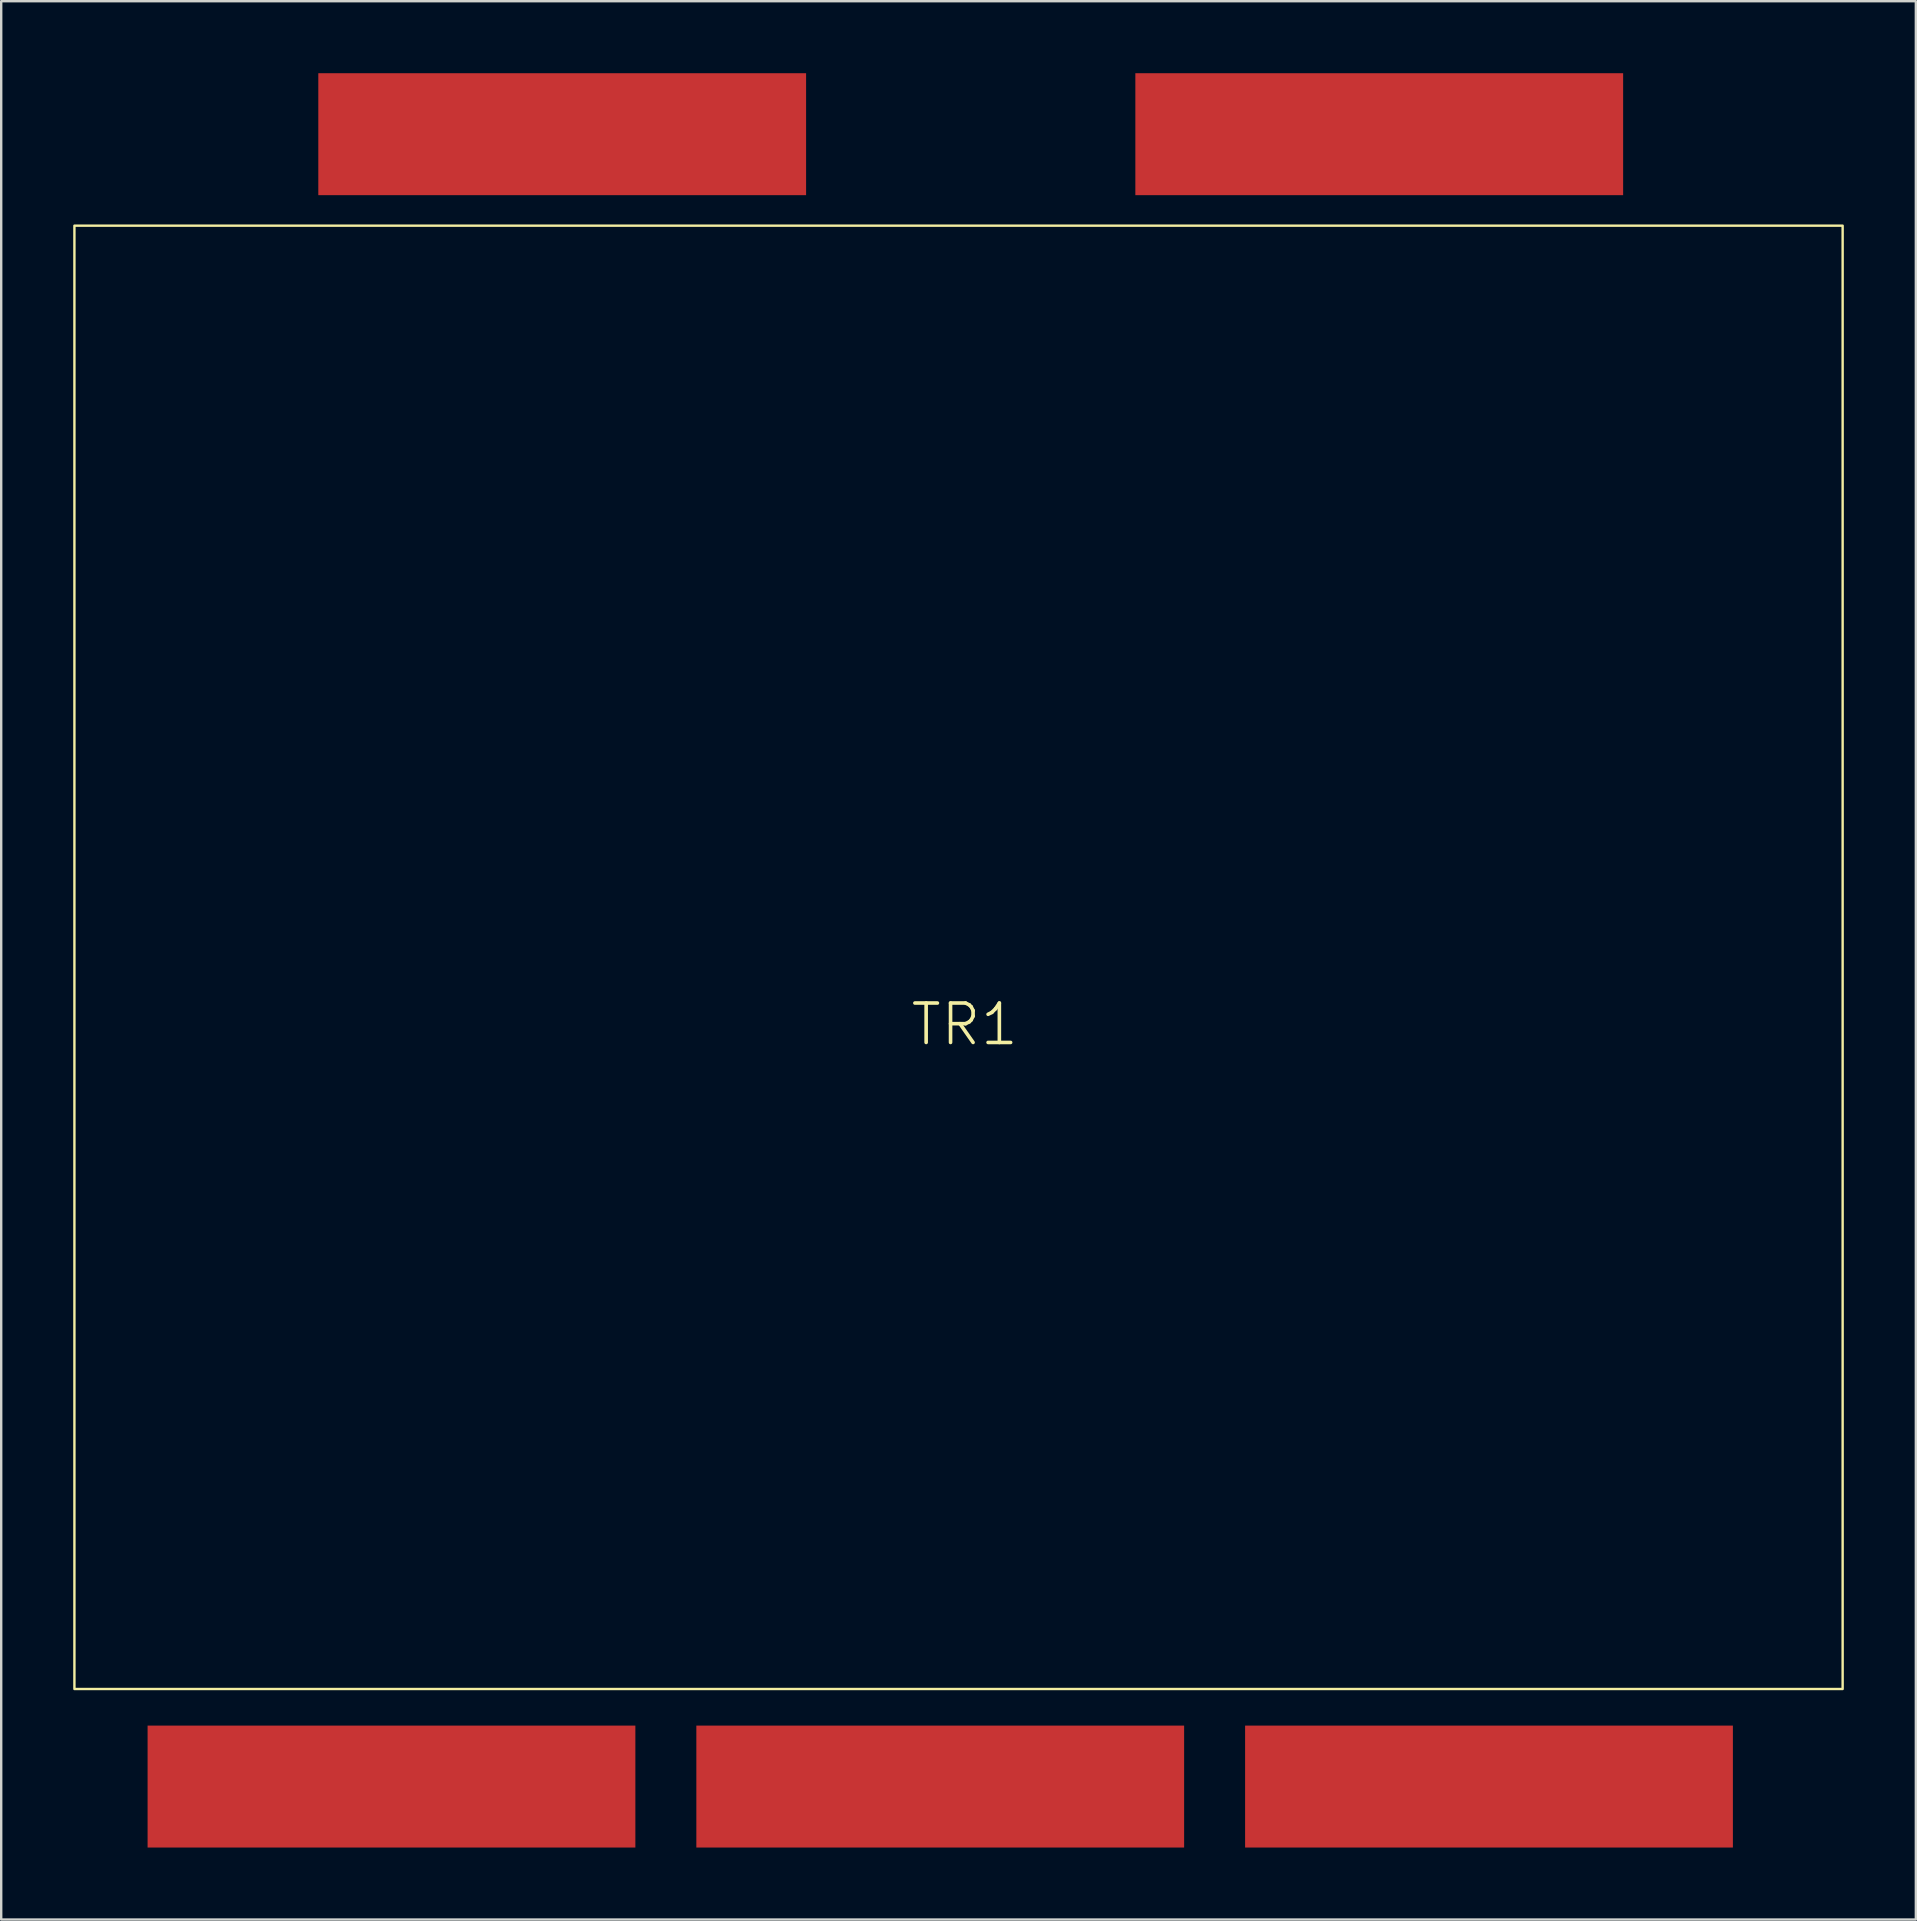
<source format=kicad_pcb>
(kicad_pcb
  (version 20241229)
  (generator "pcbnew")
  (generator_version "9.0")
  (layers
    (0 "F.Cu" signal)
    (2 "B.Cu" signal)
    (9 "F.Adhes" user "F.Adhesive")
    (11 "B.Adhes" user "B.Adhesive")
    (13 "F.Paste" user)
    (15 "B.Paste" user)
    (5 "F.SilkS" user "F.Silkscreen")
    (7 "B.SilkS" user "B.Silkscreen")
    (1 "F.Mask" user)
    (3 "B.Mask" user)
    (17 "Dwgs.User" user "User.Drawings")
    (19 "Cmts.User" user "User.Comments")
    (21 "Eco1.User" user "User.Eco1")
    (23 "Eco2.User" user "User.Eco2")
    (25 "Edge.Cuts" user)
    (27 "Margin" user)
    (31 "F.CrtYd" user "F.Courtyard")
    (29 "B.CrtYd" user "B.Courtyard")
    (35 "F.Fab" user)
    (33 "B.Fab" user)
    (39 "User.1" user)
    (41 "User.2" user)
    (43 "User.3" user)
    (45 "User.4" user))
  (footprint "TR1"
    (layer "F.Cu")
    (at 36.626 39.37)
    (property "Reference" "TR1" (at 0.508 0.254 0) (layer "F.SilkS") (effects (font (size 1.642 1.642) (thickness 0.15))))
    (attr smd)
    (fp_rect (start -36.576 -33.02) (end 37.084 27.94) (stroke (width 0.1) (type default)) (fill no) (layer "F.SilkS"))
    (pad "1" smd rect (at 22.352 32.004) (size 20.32 5.08) (layers "F.Cu" "F.Mask" "F.Paste"))
    (pad "2" smd rect (at -0.508 32.004) (size 20.32 5.08) (layers "F.Cu" "F.Mask" "F.Paste"))
    (pad "3" smd rect (at -23.368 32.004) (size 20.32 5.08) (layers "F.Cu" "F.Mask" "F.Paste"))
    (pad "4" smd rect (at 17.78 -36.83) (size 20.32 5.08) (layers "F.Cu" "F.Mask" "F.Paste"))
    (pad "5" smd rect (at -16.256 -36.83) (size 20.32 5.08) (layers "F.Cu" "F.Mask" "F.Paste")))
  (gr_rect
    (start -3 -3)
    (end 76.76 76.914)
    (stroke (width 0.1) (type default))
    (fill no)
    (layer "Edge.Cuts")))
</source>
